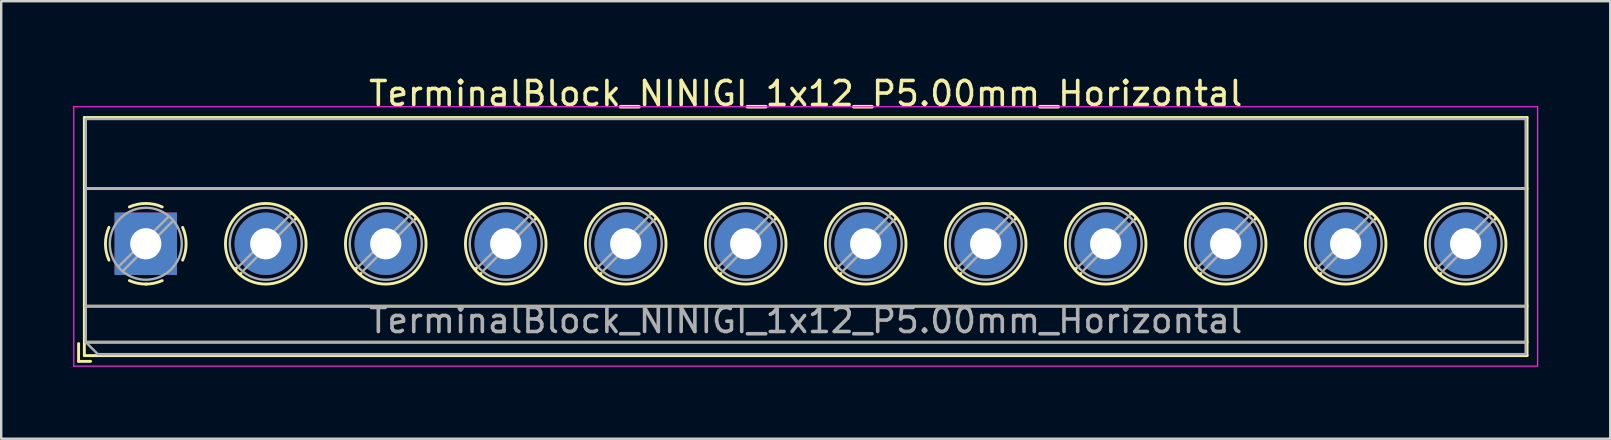
<source format=kicad_pcb>
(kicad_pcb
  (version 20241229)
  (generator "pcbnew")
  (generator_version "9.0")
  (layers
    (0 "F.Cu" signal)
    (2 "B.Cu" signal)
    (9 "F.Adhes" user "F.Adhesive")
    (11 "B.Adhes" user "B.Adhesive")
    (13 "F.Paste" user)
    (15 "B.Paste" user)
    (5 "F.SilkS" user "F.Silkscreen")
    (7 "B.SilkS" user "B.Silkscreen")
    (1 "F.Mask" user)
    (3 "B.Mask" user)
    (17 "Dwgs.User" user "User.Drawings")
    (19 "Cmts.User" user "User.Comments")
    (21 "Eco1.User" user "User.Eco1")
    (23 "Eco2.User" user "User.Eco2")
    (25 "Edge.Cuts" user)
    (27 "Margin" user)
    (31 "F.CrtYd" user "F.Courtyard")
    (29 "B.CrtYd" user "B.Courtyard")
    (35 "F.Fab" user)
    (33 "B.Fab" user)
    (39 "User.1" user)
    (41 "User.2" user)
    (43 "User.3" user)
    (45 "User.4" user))
  (footprint "TerminalBlock_NINIGI_1x12_P5.00mm_Horizontal"
    (layer "F.Cu")
    (at 3.025 7.108)
    (property "Reference" "TerminalBlock_NINIGI_1x12_P5.00mm_Horizontal" (at 27.5 -6.26 0) (layer "F.SilkS") (effects (font (size 1 1) (thickness 0.15))))
    (attr through_hole)
    (fp_line (start -2.8 4.16) (end -2.8 4.9) (stroke (width 0.12) (type solid)) (layer "F.SilkS"))
    (fp_line (start -2.8 4.9) (end -2.3 4.9) (stroke (width 0.12) (type solid)) (layer "F.SilkS"))
    (fp_line (start -2.56 -5.261) (end -2.56 4.66) (stroke (width 0.12) (type solid)) (layer "F.SilkS"))
    (fp_line (start -2.56 -5.261) (end 57.56 -5.261) (stroke (width 0.12) (type solid)) (layer "F.SilkS"))
    (fp_line (start -2.56 -2.301) (end 57.56 -2.301) (stroke (width 0.12) (type solid)) (layer "F.SilkS"))
    (fp_line (start -2.56 2.6) (end 57.56 2.6) (stroke (width 0.12) (type solid)) (layer "F.SilkS"))
    (fp_line (start -2.56 4.1) (end 57.56 4.1) (stroke (width 0.12) (type solid)) (layer "F.SilkS"))
    (fp_line (start -2.56 4.66) (end 57.56 4.66) (stroke (width 0.12) (type solid)) (layer "F.SilkS"))
    (fp_line (start 3.773 1.023) (end 3.726 1.069) (stroke (width 0.12) (type solid)) (layer "F.SilkS"))
    (fp_line (start 3.966 1.239) (end 3.931 1.274) (stroke (width 0.12) (type solid)) (layer "F.SilkS"))
    (fp_line (start 6.07 -1.275) (end 6.035 -1.239) (stroke (width 0.12) (type solid)) (layer "F.SilkS"))
    (fp_line (start 6.275 -1.069) (end 6.228 -1.023) (stroke (width 0.12) (type solid)) (layer "F.SilkS"))
    (fp_line (start 8.773 1.023) (end 8.726 1.069) (stroke (width 0.12) (type solid)) (layer "F.SilkS"))
    (fp_line (start 8.966 1.239) (end 8.931 1.274) (stroke (width 0.12) (type solid)) (layer "F.SilkS"))
    (fp_line (start 11.07 -1.275) (end 11.035 -1.239) (stroke (width 0.12) (type solid)) (layer "F.SilkS"))
    (fp_line (start 11.275 -1.069) (end 11.228 -1.023) (stroke (width 0.12) (type solid)) (layer "F.SilkS"))
    (fp_line (start 13.773 1.023) (end 13.726 1.069) (stroke (width 0.12) (type solid)) (layer "F.SilkS"))
    (fp_line (start 13.966 1.239) (end 13.931 1.274) (stroke (width 0.12) (type solid)) (layer "F.SilkS"))
    (fp_line (start 16.07 -1.275) (end 16.035 -1.239) (stroke (width 0.12) (type solid)) (layer "F.SilkS"))
    (fp_line (start 16.275 -1.069) (end 16.228 -1.023) (stroke (width 0.12) (type solid)) (layer "F.SilkS"))
    (fp_line (start 18.773 1.023) (end 18.726 1.069) (stroke (width 0.12) (type solid)) (layer "F.SilkS"))
    (fp_line (start 18.966 1.239) (end 18.931 1.274) (stroke (width 0.12) (type solid)) (layer "F.SilkS"))
    (fp_line (start 21.07 -1.275) (end 21.035 -1.239) (stroke (width 0.12) (type solid)) (layer "F.SilkS"))
    (fp_line (start 21.275 -1.069) (end 21.228 -1.023) (stroke (width 0.12) (type solid)) (layer "F.SilkS"))
    (fp_line (start 23.773 1.023) (end 23.726 1.069) (stroke (width 0.12) (type solid)) (layer "F.SilkS"))
    (fp_line (start 23.966 1.239) (end 23.931 1.274) (stroke (width 0.12) (type solid)) (layer "F.SilkS"))
    (fp_line (start 26.07 -1.275) (end 26.035 -1.239) (stroke (width 0.12) (type solid)) (layer "F.SilkS"))
    (fp_line (start 26.275 -1.069) (end 26.228 -1.023) (stroke (width 0.12) (type solid)) (layer "F.SilkS"))
    (fp_line (start 28.773 1.023) (end 28.726 1.069) (stroke (width 0.12) (type solid)) (layer "F.SilkS"))
    (fp_line (start 28.966 1.239) (end 28.931 1.274) (stroke (width 0.12) (type solid)) (layer "F.SilkS"))
    (fp_line (start 31.07 -1.275) (end 31.035 -1.239) (stroke (width 0.12) (type solid)) (layer "F.SilkS"))
    (fp_line (start 31.275 -1.069) (end 31.228 -1.023) (stroke (width 0.12) (type solid)) (layer "F.SilkS"))
    (fp_line (start 33.773 1.023) (end 33.726 1.069) (stroke (width 0.12) (type solid)) (layer "F.SilkS"))
    (fp_line (start 33.966 1.239) (end 33.931 1.274) (stroke (width 0.12) (type solid)) (layer "F.SilkS"))
    (fp_line (start 36.07 -1.275) (end 36.035 -1.239) (stroke (width 0.12) (type solid)) (layer "F.SilkS"))
    (fp_line (start 36.275 -1.069) (end 36.228 -1.023) (stroke (width 0.12) (type solid)) (layer "F.SilkS"))
    (fp_line (start 38.773 1.023) (end 38.726 1.069) (stroke (width 0.12) (type solid)) (layer "F.SilkS"))
    (fp_line (start 38.966 1.239) (end 38.931 1.274) (stroke (width 0.12) (type solid)) (layer "F.SilkS"))
    (fp_line (start 41.07 -1.275) (end 41.035 -1.239) (stroke (width 0.12) (type solid)) (layer "F.SilkS"))
    (fp_line (start 41.275 -1.069) (end 41.228 -1.023) (stroke (width 0.12) (type solid)) (layer "F.SilkS"))
    (fp_line (start 43.773 1.023) (end 43.726 1.069) (stroke (width 0.12) (type solid)) (layer "F.SilkS"))
    (fp_line (start 43.966 1.239) (end 43.931 1.274) (stroke (width 0.12) (type solid)) (layer "F.SilkS"))
    (fp_line (start 46.07 -1.275) (end 46.035 -1.239) (stroke (width 0.12) (type solid)) (layer "F.SilkS"))
    (fp_line (start 46.275 -1.069) (end 46.228 -1.023) (stroke (width 0.12) (type solid)) (layer "F.SilkS"))
    (fp_line (start 48.773 1.023) (end 48.726 1.069) (stroke (width 0.12) (type solid)) (layer "F.SilkS"))
    (fp_line (start 48.966 1.239) (end 48.931 1.274) (stroke (width 0.12) (type solid)) (layer "F.SilkS"))
    (fp_line (start 51.07 -1.275) (end 51.035 -1.239) (stroke (width 0.12) (type solid)) (layer "F.SilkS"))
    (fp_line (start 51.275 -1.069) (end 51.228 -1.023) (stroke (width 0.12) (type solid)) (layer "F.SilkS"))
    (fp_line (start 53.773 1.023) (end 53.726 1.069) (stroke (width 0.12) (type solid)) (layer "F.SilkS"))
    (fp_line (start 53.966 1.239) (end 53.931 1.274) (stroke (width 0.12) (type solid)) (layer "F.SilkS"))
    (fp_line (start 56.07 -1.275) (end 56.035 -1.239) (stroke (width 0.12) (type solid)) (layer "F.SilkS"))
    (fp_line (start 56.275 -1.069) (end 56.228 -1.023) (stroke (width 0.12) (type solid)) (layer "F.SilkS"))
    (fp_line (start 57.56 -5.261) (end 57.56 4.66) (stroke (width 0.12) (type solid)) (layer "F.SilkS"))
    (fp_arc (start -1.535427 0.683042) (mid -1.680501 -0.000524) (end -1.535 -0.684) (stroke (width 0.12) (type solid)) (layer "F.SilkS"))
    (fp_arc (start -0.683042 -1.535427) (mid 0.000524 -1.680501) (end 0.684 -1.535) (stroke (width 0.12) (type solid)) (layer "F.SilkS"))
    (fp_arc (start 0.028805 1.680253) (mid -0.335551 1.646659) (end -0.684 1.535) (stroke (width 0.12) (type solid)) (layer "F.SilkS"))
    (fp_arc (start 0.683318 1.534756) (mid 0.349292 1.643288) (end 0 1.68) (stroke (width 0.12) (type solid)) (layer "F.SilkS"))
    (fp_arc (start 1.535427 -0.683042) (mid 1.680501 0.000524) (end 1.535 0.684) (stroke (width 0.12) (type solid)) (layer "F.SilkS"))
    (fp_circle (center 5 0) (end 6.68 0) (stroke (width 0.12) (type solid)) (fill no) (layer "F.SilkS"))
    (fp_circle (center 10 0) (end 11.68 0) (stroke (width 0.12) (type solid)) (fill no) (layer "F.SilkS"))
    (fp_circle (center 15 0) (end 16.68 0) (stroke (width 0.12) (type solid)) (fill no) (layer "F.SilkS"))
    (fp_circle (center 20 0) (end 21.68 0) (stroke (width 0.12) (type solid)) (fill no) (layer "F.SilkS"))
    (fp_circle (center 25 0) (end 26.68 0) (stroke (width 0.12) (type solid)) (fill no) (layer "F.SilkS"))
    (fp_circle (center 30 0) (end 31.68 0) (stroke (width 0.12) (type solid)) (fill no) (layer "F.SilkS"))
    (fp_circle (center 35 0) (end 36.68 0) (stroke (width 0.12) (type solid)) (fill no) (layer "F.SilkS"))
    (fp_circle (center 40 0) (end 41.68 0) (stroke (width 0.12) (type solid)) (fill no) (layer "F.SilkS"))
    (fp_circle (center 45 0) (end 46.68 0) (stroke (width 0.12) (type solid)) (fill no) (layer "F.SilkS"))
    (fp_circle (center 50 0) (end 51.68 0) (stroke (width 0.12) (type solid)) (fill no) (layer "F.SilkS"))
    (fp_circle (center 55 0) (end 56.68 0) (stroke (width 0.12) (type solid)) (fill no) (layer "F.SilkS"))
    (fp_line (start -3 -5.71) (end -3 5.1) (stroke (width 0.05) (type solid)) (layer "F.CrtYd"))
    (fp_line (start -3 5.1) (end 58 5.1) (stroke (width 0.05) (type solid)) (layer "F.CrtYd"))
    (fp_line (start 58 -5.71) (end -3 -5.71) (stroke (width 0.05) (type solid)) (layer "F.CrtYd"))
    (fp_line (start 58 5.1) (end 58 -5.71) (stroke (width 0.05) (type solid)) (layer "F.CrtYd"))
    (fp_line (start -2.5 -5.2) (end 57.5 -5.2) (stroke (width 0.1) (type solid)) (layer "F.Fab"))
    (fp_line (start -2.5 -2.3) (end 57.5 -2.3) (stroke (width 0.1) (type solid)) (layer "F.Fab"))
    (fp_line (start -2.5 2.6) (end 57.5 2.6) (stroke (width 0.1) (type solid)) (layer "F.Fab"))
    (fp_line (start -2.5 4.1) (end -2.5 -5.2) (stroke (width 0.1) (type solid)) (layer "F.Fab"))
    (fp_line (start -2.5 4.1) (end 57.5 4.1) (stroke (width 0.1) (type solid)) (layer "F.Fab"))
    (fp_line (start -2 4.6) (end -2.5 4.1) (stroke (width 0.1) (type solid)) (layer "F.Fab"))
    (fp_line (start 0.955 -1.138) (end -1.138 0.955) (stroke (width 0.1) (type solid)) (layer "F.Fab"))
    (fp_line (start 1.138 -0.955) (end -0.955 1.138) (stroke (width 0.1) (type solid)) (layer "F.Fab"))
    (fp_line (start 5.955 -1.138) (end 3.863 0.955) (stroke (width 0.1) (type solid)) (layer "F.Fab"))
    (fp_line (start 6.138 -0.955) (end 4.046 1.138) (stroke (width 0.1) (type solid)) (layer "F.Fab"))
    (fp_line (start 10.955 -1.138) (end 8.863 0.955) (stroke (width 0.1) (type solid)) (layer "F.Fab"))
    (fp_line (start 11.138 -0.955) (end 9.046 1.138) (stroke (width 0.1) (type solid)) (layer "F.Fab"))
    (fp_line (start 15.955 -1.138) (end 13.863 0.955) (stroke (width 0.1) (type solid)) (layer "F.Fab"))
    (fp_line (start 16.138 -0.955) (end 14.046 1.138) (stroke (width 0.1) (type solid)) (layer "F.Fab"))
    (fp_line (start 20.955 -1.138) (end 18.863 0.955) (stroke (width 0.1) (type solid)) (layer "F.Fab"))
    (fp_line (start 21.138 -0.955) (end 19.046 1.138) (stroke (width 0.1) (type solid)) (layer "F.Fab"))
    (fp_line (start 25.955 -1.138) (end 23.863 0.955) (stroke (width 0.1) (type solid)) (layer "F.Fab"))
    (fp_line (start 26.138 -0.955) (end 24.046 1.138) (stroke (width 0.1) (type solid)) (layer "F.Fab"))
    (fp_line (start 30.955 -1.138) (end 28.863 0.955) (stroke (width 0.1) (type solid)) (layer "F.Fab"))
    (fp_line (start 31.138 -0.955) (end 29.046 1.138) (stroke (width 0.1) (type solid)) (layer "F.Fab"))
    (fp_line (start 35.955 -1.138) (end 33.863 0.955) (stroke (width 0.1) (type solid)) (layer "F.Fab"))
    (fp_line (start 36.138 -0.955) (end 34.046 1.138) (stroke (width 0.1) (type solid)) (layer "F.Fab"))
    (fp_line (start 40.955 -1.138) (end 38.863 0.955) (stroke (width 0.1) (type solid)) (layer "F.Fab"))
    (fp_line (start 41.138 -0.955) (end 39.046 1.138) (stroke (width 0.1) (type solid)) (layer "F.Fab"))
    (fp_line (start 45.955 -1.138) (end 43.863 0.955) (stroke (width 0.1) (type solid)) (layer "F.Fab"))
    (fp_line (start 46.138 -0.955) (end 44.046 1.138) (stroke (width 0.1) (type solid)) (layer "F.Fab"))
    (fp_line (start 50.955 -1.138) (end 48.863 0.955) (stroke (width 0.1) (type solid)) (layer "F.Fab"))
    (fp_line (start 51.138 -0.955) (end 49.046 1.138) (stroke (width 0.1) (type solid)) (layer "F.Fab"))
    (fp_line (start 55.955 -1.138) (end 53.863 0.955) (stroke (width 0.1) (type solid)) (layer "F.Fab"))
    (fp_line (start 56.138 -0.955) (end 54.046 1.138) (stroke (width 0.1) (type solid)) (layer "F.Fab"))
    (fp_line (start 57.5 -5.2) (end 57.5 4.6) (stroke (width 0.1) (type solid)) (layer "F.Fab"))
    (fp_line (start 57.5 4.6) (end -2 4.6) (stroke (width 0.1) (type solid)) (layer "F.Fab"))
    (fp_circle (center 0 0) (end 1.5 0) (stroke (width 0.1) (type solid)) (fill no) (layer "F.Fab"))
    (fp_circle (center 5 0) (end 6.5 0) (stroke (width 0.1) (type solid)) (fill no) (layer "F.Fab"))
    (fp_circle (center 10 0) (end 11.5 0) (stroke (width 0.1) (type solid)) (fill no) (layer "F.Fab"))
    (fp_circle (center 15 0) (end 16.5 0) (stroke (width 0.1) (type solid)) (fill no) (layer "F.Fab"))
    (fp_circle (center 20 0) (end 21.5 0) (stroke (width 0.1) (type solid)) (fill no) (layer "F.Fab"))
    (fp_circle (center 25 0) (end 26.5 0) (stroke (width 0.1) (type solid)) (fill no) (layer "F.Fab"))
    (fp_circle (center 30 0) (end 31.5 0) (stroke (width 0.1) (type solid)) (fill no) (layer "F.Fab"))
    (fp_circle (center 35 0) (end 36.5 0) (stroke (width 0.1) (type solid)) (fill no) (layer "F.Fab"))
    (fp_circle (center 40 0) (end 41.5 0) (stroke (width 0.1) (type solid)) (fill no) (layer "F.Fab"))
    (fp_circle (center 45 0) (end 46.5 0) (stroke (width 0.1) (type solid)) (fill no) (layer "F.Fab"))
    (fp_circle (center 50 0) (end 51.5 0) (stroke (width 0.1) (type solid)) (fill no) (layer "F.Fab"))
    (fp_circle (center 55 0) (end 56.5 0) (stroke (width 0.1) (type solid)) (fill no) (layer "F.Fab"))
    (fp_text user "${REFERENCE}" (at 27.5 3.2 0) (layer "F.Fab") (effects (font (size 1 1) (thickness 0.15))))
    (pad "1" thru_hole rect (at 0 0) (size 2.6 2.6) (drill 1.3) (layers "*.Cu" "*.Mask"))
    (pad "2" thru_hole circle (at 5 0) (size 2.6 2.6) (drill 1.3) (layers "*.Cu" "*.Mask"))
    (pad "3" thru_hole circle (at 10 0) (size 2.6 2.6) (drill 1.3) (layers "*.Cu" "*.Mask"))
    (pad "4" thru_hole circle (at 15 0) (size 2.6 2.6) (drill 1.3) (layers "*.Cu" "*.Mask"))
    (pad "5" thru_hole circle (at 20 0) (size 2.6 2.6) (drill 1.3) (layers "*.Cu" "*.Mask"))
    (pad "6" thru_hole circle (at 25 0) (size 2.6 2.6) (drill 1.3) (layers "*.Cu" "*.Mask"))
    (pad "7" thru_hole circle (at 30 0) (size 2.6 2.6) (drill 1.3) (layers "*.Cu" "*.Mask"))
    (pad "8" thru_hole circle (at 35 0) (size 2.6 2.6) (drill 1.3) (layers "*.Cu" "*.Mask"))
    (pad "9" thru_hole circle (at 40 0) (size 2.6 2.6) (drill 1.3) (layers "*.Cu" "*.Mask"))
    (pad "10" thru_hole circle (at 45 0) (size 2.6 2.6) (drill 1.3) (layers "*.Cu" "*.Mask"))
    (pad "11" thru_hole circle (at 50 0) (size 2.6 2.6) (drill 1.3) (layers "*.Cu" "*.Mask"))
    (pad "12" thru_hole circle (at 55 0) (size 2.6 2.6) (drill 1.3) (layers "*.Cu" "*.Mask")))
  (gr_rect
    (start -3 -3)
    (end 64.05 15.233)
    (stroke (width 0.1) (type default))
    (fill no)
    (layer "Edge.Cuts")))
</source>
